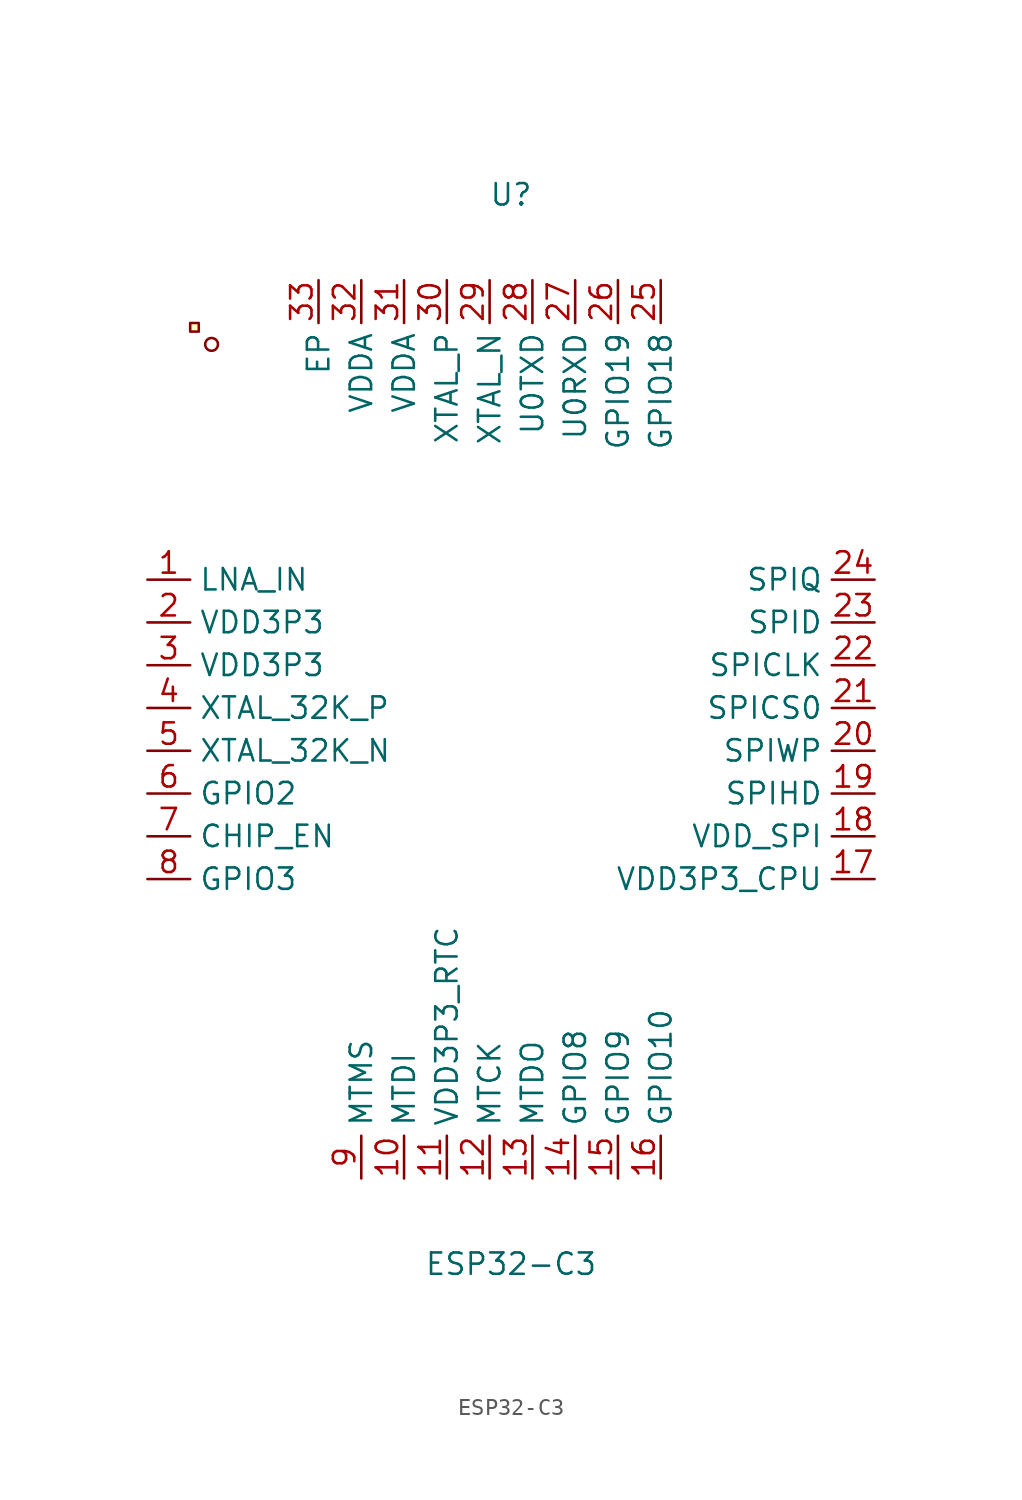
<source format=kicad_sym>
(kicad_symbol_lib
  (version 20211014)
  (generator https://github.com/uPesy/easyeda2kicad.py)
  (symbol "ESP32-C3"
    (property "Reference" "U"
      (at 0 31.75 0)
      (effects (font (size 1.27 1.27))))
    (property "Value" "ESP32-C3"
      (at 0 -31.75 0)
      (effects (font (size 1.27 1.27))))
    (symbol "ESP32-C3_0_1"
      (rectangle (start -19.05 24.13) (end -18.54 23.62) (stroke (width 0) (type default) (color 0 0 0 0)) (fill (type background)))
      (circle (center -17.78 22.86) (radius 0.38) (stroke (width 0) (type default) (color 0 0 0 0)) (fill (type none)))
      (pin unspecified line (at -21.59 8.89 0) (length 2.54) (name "LNA_IN" (effects (font (size 1.27 1.27)))) (number "1" (effects (font (size 1.27 1.27)))))
      (pin unspecified line (at -21.59 6.35 0) (length 2.54) (name "VDD3P3" (effects (font (size 1.27 1.27)))) (number "2" (effects (font (size 1.27 1.27)))))
      (pin unspecified line (at -21.59 3.81 0) (length 2.54) (name "VDD3P3" (effects (font (size 1.27 1.27)))) (number "3" (effects (font (size 1.27 1.27)))))
      (pin unspecified line (at -21.59 1.27 0) (length 2.54) (name "XTAL_32K_P" (effects (font (size 1.27 1.27)))) (number "4" (effects (font (size 1.27 1.27)))))
      (pin unspecified line (at -21.59 -1.27 0) (length 2.54) (name "XTAL_32K_N" (effects (font (size 1.27 1.27)))) (number "5" (effects (font (size 1.27 1.27)))))
      (pin unspecified line (at -21.59 -3.81 0) (length 2.54) (name "GPIO2" (effects (font (size 1.27 1.27)))) (number "6" (effects (font (size 1.27 1.27)))))
      (pin unspecified line (at -21.59 -6.35 0) (length 2.54) (name "CHIP_EN" (effects (font (size 1.27 1.27)))) (number "7" (effects (font (size 1.27 1.27)))))
      (pin unspecified line (at -21.59 -8.89 0) (length 2.54) (name "GPIO3" (effects (font (size 1.27 1.27)))) (number "8" (effects (font (size 1.27 1.27)))))
      (pin unspecified line (at -8.89 -26.67 90) (length 2.54) (name "MTMS" (effects (font (size 1.27 1.27)))) (number "9" (effects (font (size 1.27 1.27)))))
      (pin unspecified line (at -6.35 -26.67 90) (length 2.54) (name "MTDI" (effects (font (size 1.27 1.27)))) (number "10" (effects (font (size 1.27 1.27)))))
      (pin unspecified line (at -3.81 -26.67 90) (length 2.54) (name "VDD3P3_RTC" (effects (font (size 1.27 1.27)))) (number "11" (effects (font (size 1.27 1.27)))))
      (pin unspecified line (at -1.27 -26.67 90) (length 2.54) (name "MTCK" (effects (font (size 1.27 1.27)))) (number "12" (effects (font (size 1.27 1.27)))))
      (pin unspecified line (at 1.27 -26.67 90) (length 2.54) (name "MTDO" (effects (font (size 1.27 1.27)))) (number "13" (effects (font (size 1.27 1.27)))))
      (pin unspecified line (at 3.81 -26.67 90) (length 2.54) (name "GPIO8" (effects (font (size 1.27 1.27)))) (number "14" (effects (font (size 1.27 1.27)))))
      (pin unspecified line (at 6.35 -26.67 90) (length 2.54) (name "GPIO9" (effects (font (size 1.27 1.27)))) (number "15" (effects (font (size 1.27 1.27)))))
      (pin unspecified line (at 8.89 -26.67 90) (length 2.54) (name "GPIO10" (effects (font (size 1.27 1.27)))) (number "16" (effects (font (size 1.27 1.27)))))
      (pin unspecified line (at 21.59 -8.89 180) (length 2.54) (name "VDD3P3_CPU" (effects (font (size 1.27 1.27)))) (number "17" (effects (font (size 1.27 1.27)))))
      (pin unspecified line (at 21.59 -6.35 180) (length 2.54) (name "VDD_SPI" (effects (font (size 1.27 1.27)))) (number "18" (effects (font (size 1.27 1.27)))))
      (pin unspecified line (at 21.59 -3.81 180) (length 2.54) (name "SPIHD" (effects (font (size 1.27 1.27)))) (number "19" (effects (font (size 1.27 1.27)))))
      (pin unspecified line (at 21.59 -1.27 180) (length 2.54) (name "SPIWP" (effects (font (size 1.27 1.27)))) (number "20" (effects (font (size 1.27 1.27)))))
      (pin unspecified line (at 21.59 1.27 180) (length 2.54) (name "SPICS0" (effects (font (size 1.27 1.27)))) (number "21" (effects (font (size 1.27 1.27)))))
      (pin unspecified line (at 21.59 3.81 180) (length 2.54) (name "SPICLK" (effects (font (size 1.27 1.27)))) (number "22" (effects (font (size 1.27 1.27)))))
      (pin unspecified line (at 21.59 6.35 180) (length 2.54) (name "SPID" (effects (font (size 1.27 1.27)))) (number "23" (effects (font (size 1.27 1.27)))))
      (pin unspecified line (at 21.59 8.89 180) (length 2.54) (name "SPIQ" (effects (font (size 1.27 1.27)))) (number "24" (effects (font (size 1.27 1.27)))))
      (pin unspecified line (at 8.89 26.67 270) (length 2.54) (name "GPIO18" (effects (font (size 1.27 1.27)))) (number "25" (effects (font (size 1.27 1.27)))))
      (pin unspecified line (at 6.35 26.67 270) (length 2.54) (name "GPIO19" (effects (font (size 1.27 1.27)))) (number "26" (effects (font (size 1.27 1.27)))))
      (pin unspecified line (at 3.81 26.67 270) (length 2.54) (name "U0RXD" (effects (font (size 1.27 1.27)))) (number "27" (effects (font (size 1.27 1.27)))))
      (pin unspecified line (at 1.27 26.67 270) (length 2.54) (name "U0TXD" (effects (font (size 1.27 1.27)))) (number "28" (effects (font (size 1.27 1.27)))))
      (pin unspecified line (at -1.27 26.67 270) (length 2.54) (name "XTAL_N" (effects (font (size 1.27 1.27)))) (number "29" (effects (font (size 1.27 1.27)))))
      (pin unspecified line (at -3.81 26.67 270) (length 2.54) (name "XTAL_P" (effects (font (size 1.27 1.27)))) (number "30" (effects (font (size 1.27 1.27)))))
      (pin unspecified line (at -6.35 26.67 270) (length 2.54) (name "VDDA" (effects (font (size 1.27 1.27)))) (number "31" (effects (font (size 1.27 1.27)))))
      (pin unspecified line (at -8.89 26.67 270) (length 2.54) (name "VDDA" (effects (font (size 1.27 1.27)))) (number "32" (effects (font (size 1.27 1.27)))))
      (pin unspecified line (at -11.43 26.67 270) (length 2.54) (name "EP" (effects (font (size 1.27 1.27)))) (number "33" (effects (font (size 1.27 1.27))))))))
</source>
